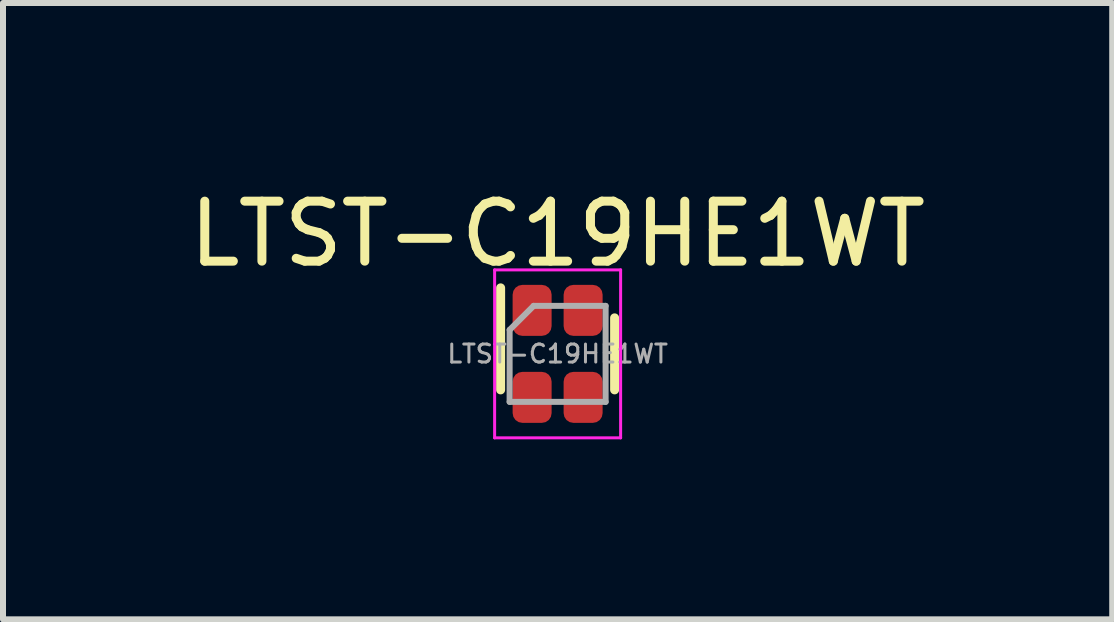
<source format=kicad_pcb>
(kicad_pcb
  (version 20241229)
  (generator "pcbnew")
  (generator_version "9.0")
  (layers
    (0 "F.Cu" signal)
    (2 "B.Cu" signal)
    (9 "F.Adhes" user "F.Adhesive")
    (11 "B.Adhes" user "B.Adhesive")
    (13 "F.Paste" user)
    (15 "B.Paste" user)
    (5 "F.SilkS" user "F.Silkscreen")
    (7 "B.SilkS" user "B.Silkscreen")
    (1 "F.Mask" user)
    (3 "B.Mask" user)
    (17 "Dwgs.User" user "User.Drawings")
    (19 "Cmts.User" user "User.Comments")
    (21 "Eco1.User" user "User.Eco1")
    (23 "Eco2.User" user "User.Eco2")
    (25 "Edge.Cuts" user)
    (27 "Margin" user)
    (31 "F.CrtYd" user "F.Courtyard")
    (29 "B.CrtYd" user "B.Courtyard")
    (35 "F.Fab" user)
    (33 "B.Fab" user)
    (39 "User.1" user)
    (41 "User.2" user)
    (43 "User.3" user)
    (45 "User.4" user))
  (footprint "LTST-C19HE1WT"
    (layer "F.Cu")
    (at 6.244 2.848)
    (property "Reference" "LTST-C19HE1WT" (at 0 -2 0) (unlocked yes) (layer "F.SilkS") (effects (font (size 1 1) (thickness 0.15))))
    (attr smd)
    (fp_line (start -0.95 -1.1) (end -0.95 0.6) (stroke (width 0.15) (type solid)) (layer "F.SilkS"))
    (fp_line (start 0.95 -0.6) (end 0.95 0.6) (stroke (width 0.15) (type solid)) (layer "F.SilkS"))
    (fp_line (start -1.05 -1.4) (end 1.05 -1.4) (stroke (width 0.05) (type solid)) (layer "F.CrtYd"))
    (fp_line (start -1.05 1.4) (end -1.05 -1.4) (stroke (width 0.05) (type solid)) (layer "F.CrtYd"))
    (fp_line (start 1.05 -1.4) (end 1.05 1.4) (stroke (width 0.05) (type solid)) (layer "F.CrtYd"))
    (fp_line (start 1.05 1.4) (end -1.05 1.4) (stroke (width 0.05) (type solid)) (layer "F.CrtYd"))
    (fp_line (start -0.8 -0.4) (end -0.8 0.8) (stroke (width 0.1) (type solid)) (layer "F.Fab"))
    (fp_line (start -0.8 0.8) (end 0.8 0.8) (stroke (width 0.1) (type solid)) (layer "F.Fab"))
    (fp_line (start -0.4 -0.8) (end -0.8 -0.4) (stroke (width 0.1) (type solid)) (layer "F.Fab"))
    (fp_line (start 0.8 -0.8) (end -0.4 -0.8) (stroke (width 0.1) (type solid)) (layer "F.Fab"))
    (fp_line (start 0.8 0.8) (end 0.8 -0.8) (stroke (width 0.1) (type solid)) (layer "F.Fab"))
    (fp_text user "${REFERENCE}" (at 0 0 0) (layer "F.Fab") (effects (font (size 0.3 0.3) (thickness 0.05))))
    (pad "1" smd roundrect (at -0.425 -0.725) (size 0.65 0.85) (layers "F.Cu" "F.Mask" "F.Paste") (roundrect_rratio 0.25))
    (pad "2" smd roundrect (at 0.425 -0.725) (size 0.65 0.85) (layers "F.Cu" "F.Mask" "F.Paste") (roundrect_rratio 0.25))
    (pad "3" smd roundrect (at 0.425 0.725) (size 0.65 0.85) (layers "F.Cu" "F.Mask" "F.Paste") (roundrect_rratio 0.25))
    (pad "4" smd roundrect (at -0.425 0.725) (size 0.65 0.85) (layers "F.Cu" "F.Mask" "F.Paste") (roundrect_rratio 0.25)))
  (gr_rect
    (start -3 -3)
    (end 15.488 7.273)
    (stroke (width 0.1) (type default))
    (fill no)
    (layer "Edge.Cuts")))
</source>
